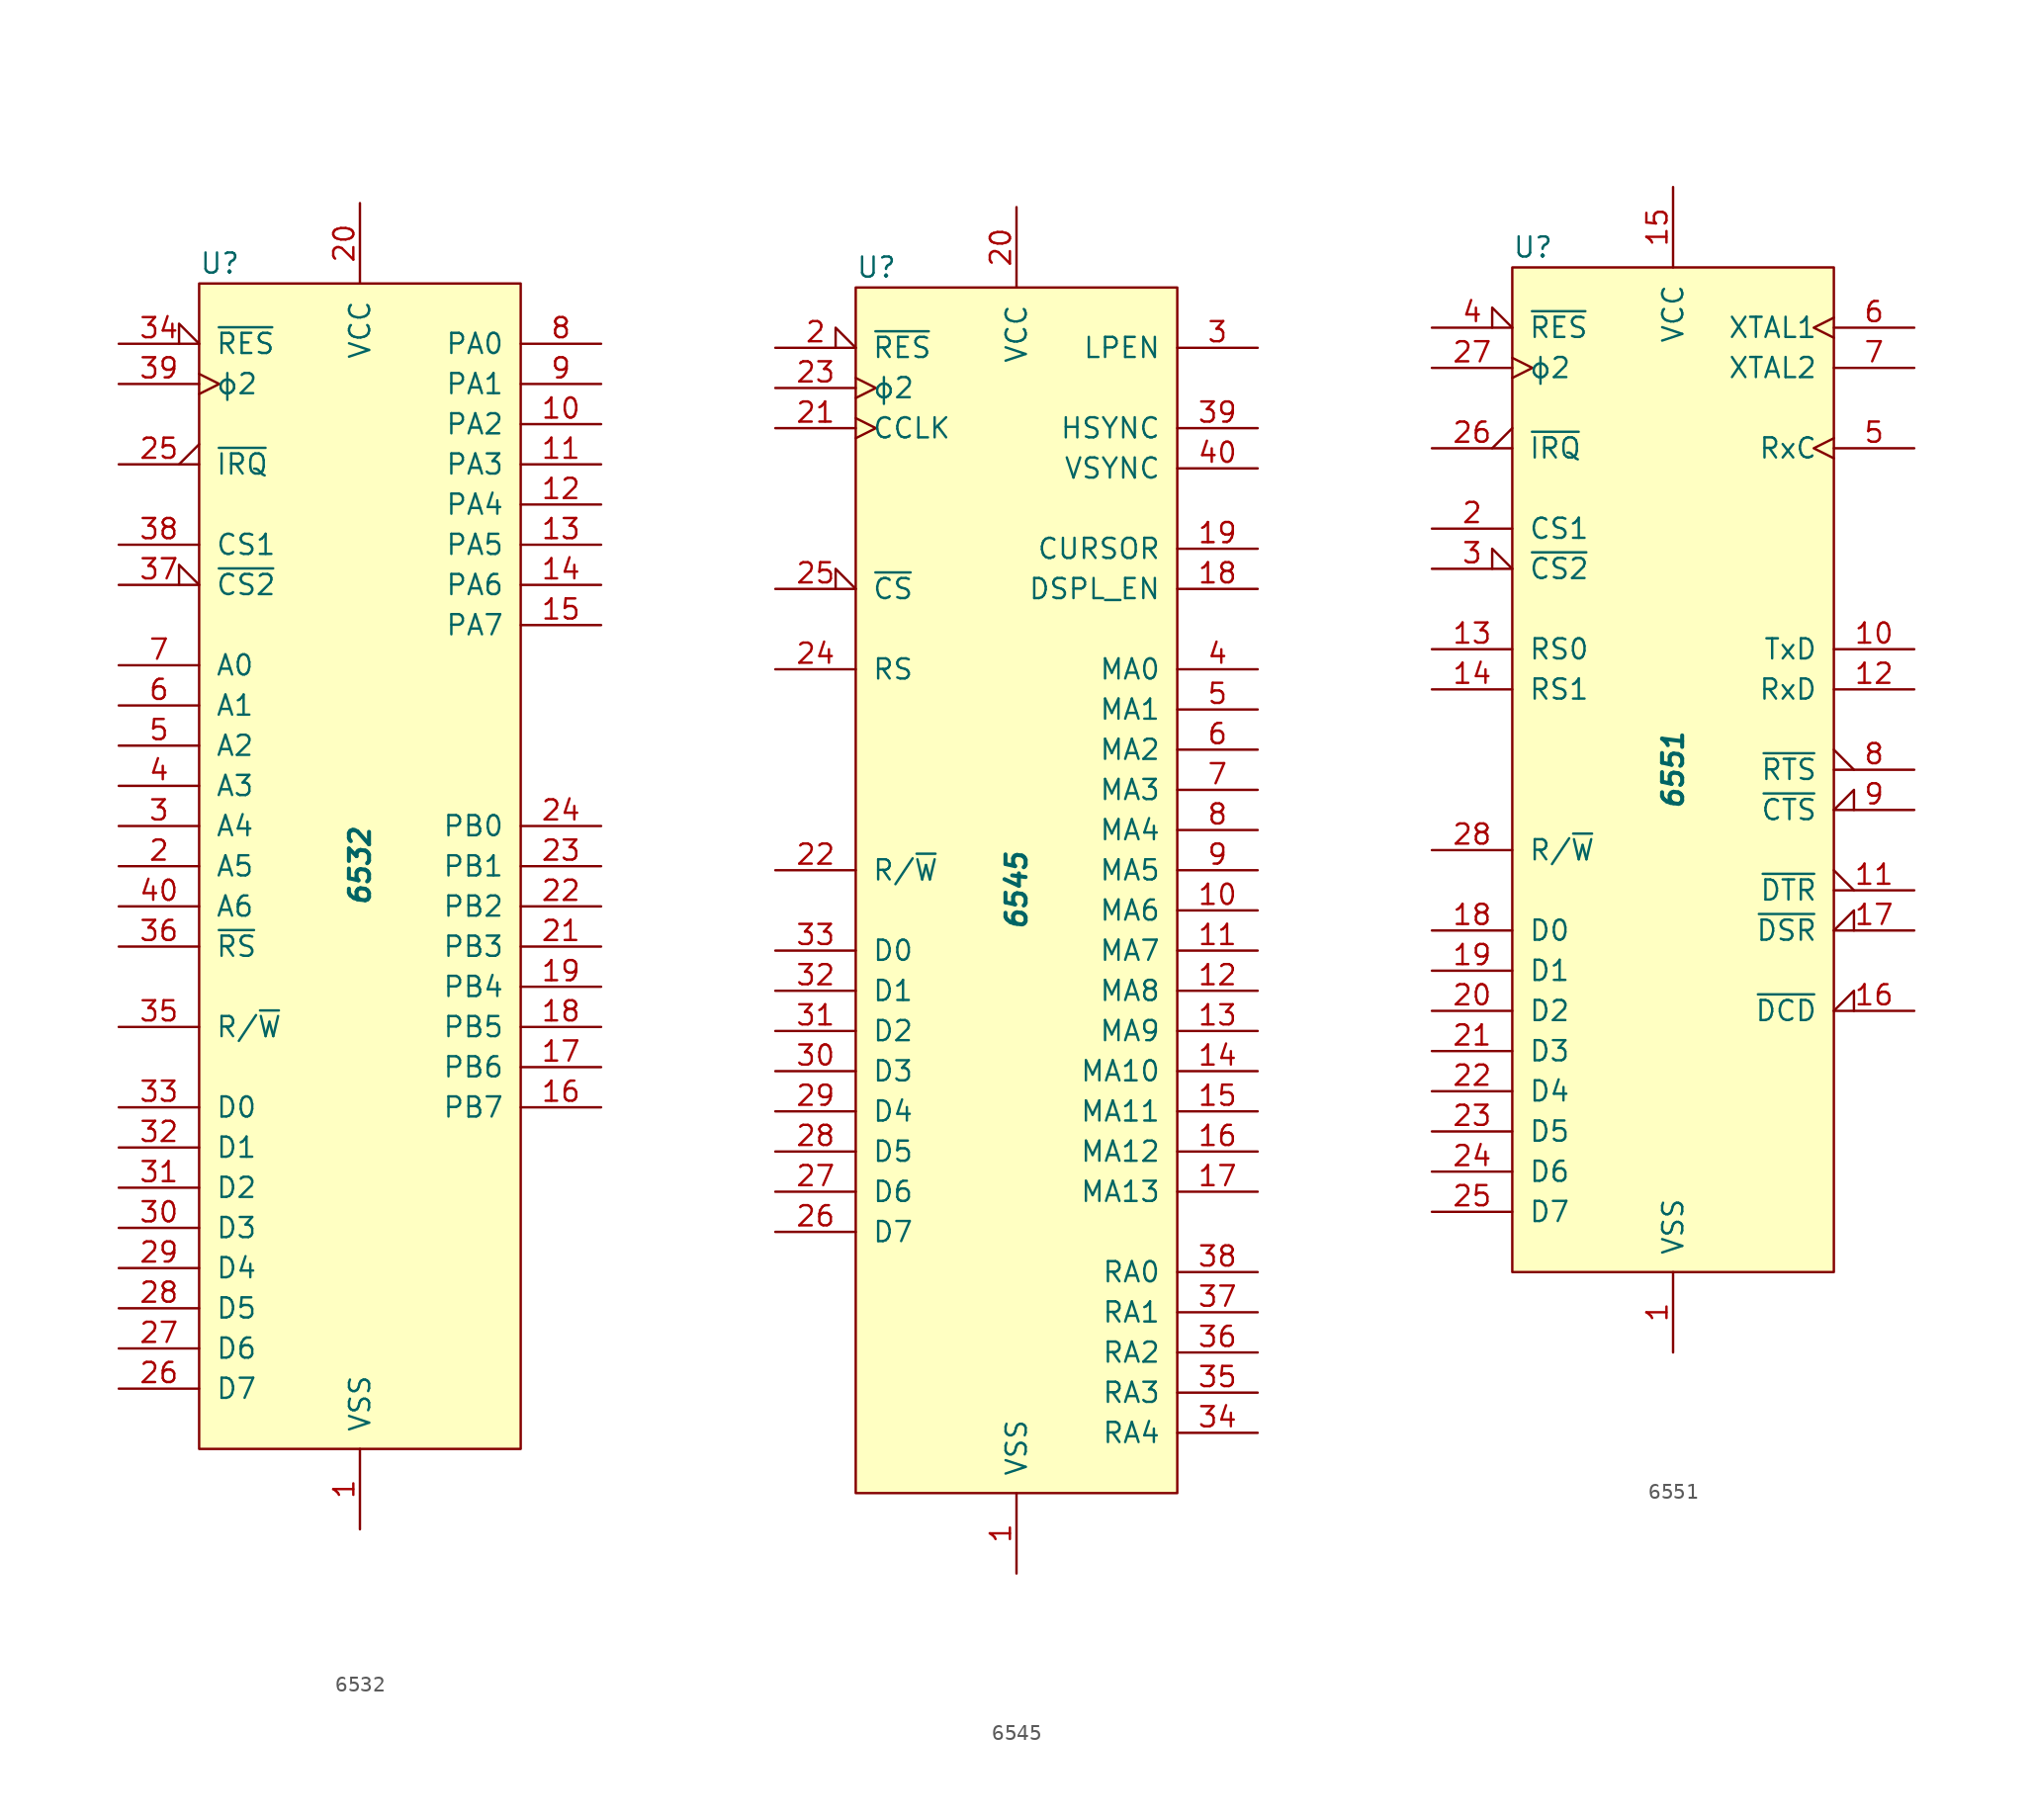
<source format=kicad_sym>
(kicad_symbol_lib
  (version 20241209)
  (generator "kicad_symbol_editor")
  (generator_version "9.0")
  (symbol "6532"
    (pin_names
      (offset 1.016))
    (property "Reference" "U"
      (at -10.16 38.1 0)
      (effects (font (size 1.27 1.27)) (justify left)))
    (property "Value" "6532"
      (at 0 0 90)
      (effects (font (size 1.27 1.27) (bold yes) (italic yes))))
    (symbol "6532_1_1"
      (rectangle (start -10.16 -36.83) (end 10.16 36.83) (stroke (width 0) (type solid)) (fill (type background)))
      (pin input input_low (at -15.24 33.02 0) (length 5.08) (name "~{RES}" (effects (font (size 1.27 1.27)))) (number "34" (effects (font (size 1.27 1.27)))))
      (pin input clock (at -15.24 30.48 0) (length 5.08) (name "ϕ2" (effects (font (size 1.27 1.27)))) (number "39" (effects (font (size 1.27 1.27)))))
      (pin open_collector output_low (at -15.24 25.4 0) (length 5.08) (name "~{IRQ}" (effects (font (size 1.27 1.27)))) (number "25" (effects (font (size 1.27 1.27)))))
      (pin input line (at -15.24 20.32 0) (length 5.08) (name "CS1" (effects (font (size 1.27 1.27)))) (number "38" (effects (font (size 1.27 1.27)))))
      (pin input input_low (at -15.24 17.78 0) (length 5.08) (name "~{CS2}" (effects (font (size 1.27 1.27)))) (number "37" (effects (font (size 1.27 1.27)))))
      (pin input line (at -15.24 12.7 0) (length 5.08) (name "A0" (effects (font (size 1.27 1.27)))) (number "7" (effects (font (size 1.27 1.27)))))
      (pin input line (at -15.24 10.16 0) (length 5.08) (name "A1" (effects (font (size 1.27 1.27)))) (number "6" (effects (font (size 1.27 1.27)))))
      (pin input line (at -15.24 7.62 0) (length 5.08) (name "A2" (effects (font (size 1.27 1.27)))) (number "5" (effects (font (size 1.27 1.27)))))
      (pin input line (at -15.24 5.08 0) (length 5.08) (name "A3" (effects (font (size 1.27 1.27)))) (number "4" (effects (font (size 1.27 1.27)))))
      (pin input line (at -15.24 2.54 0) (length 5.08) (name "A4" (effects (font (size 1.27 1.27)))) (number "3" (effects (font (size 1.27 1.27)))))
      (pin input line (at -15.24 0 0) (length 5.08) (name "A5" (effects (font (size 1.27 1.27)))) (number "2" (effects (font (size 1.27 1.27)))))
      (pin input line (at -15.24 -2.54 0) (length 5.08) (name "A6" (effects (font (size 1.27 1.27)))) (number "40" (effects (font (size 1.27 1.27)))))
      (pin input line (at -15.24 -5.08 0) (length 5.08) (name "~{RS}" (effects (font (size 1.27 1.27)))) (number "36" (effects (font (size 1.27 1.27)))))
      (pin input line (at -15.24 -10.16 0) (length 5.08) (name "R/~{W}" (effects (font (size 1.27 1.27)))) (number "35" (effects (font (size 1.27 1.27)))))
      (pin bidirectional line (at -15.24 -15.24 0) (length 5.08) (name "D0" (effects (font (size 1.27 1.27)))) (number "33" (effects (font (size 1.27 1.27)))))
      (pin bidirectional line (at -15.24 -17.78 0) (length 5.08) (name "D1" (effects (font (size 1.27 1.27)))) (number "32" (effects (font (size 1.27 1.27)))))
      (pin bidirectional line (at -15.24 -20.32 0) (length 5.08) (name "D2" (effects (font (size 1.27 1.27)))) (number "31" (effects (font (size 1.27 1.27)))))
      (pin bidirectional line (at -15.24 -22.86 0) (length 5.08) (name "D3" (effects (font (size 1.27 1.27)))) (number "30" (effects (font (size 1.27 1.27)))))
      (pin bidirectional line (at -15.24 -25.4 0) (length 5.08) (name "D4" (effects (font (size 1.27 1.27)))) (number "29" (effects (font (size 1.27 1.27)))))
      (pin bidirectional line (at -15.24 -27.94 0) (length 5.08) (name "D5" (effects (font (size 1.27 1.27)))) (number "28" (effects (font (size 1.27 1.27)))))
      (pin bidirectional line (at -15.24 -30.48 0) (length 5.08) (name "D6" (effects (font (size 1.27 1.27)))) (number "27" (effects (font (size 1.27 1.27)))))
      (pin bidirectional line (at -15.24 -33.02 0) (length 5.08) (name "D7" (effects (font (size 1.27 1.27)))) (number "26" (effects (font (size 1.27 1.27)))))
      (pin power_in line (at 0 41.91 270) (length 5.08) (name "VCC" (effects (font (size 1.27 1.27)))) (number "20" (effects (font (size 1.27 1.27)))))
      (pin power_in line (at 0 -41.91 90) (length 5.08) (name "VSS" (effects (font (size 1.27 1.27)))) (number "1" (effects (font (size 1.27 1.27)))))
      (pin bidirectional line (at 15.24 33.02 180) (length 5.08) (name "PA0" (effects (font (size 1.27 1.27)))) (number "8" (effects (font (size 1.27 1.27)))))
      (pin bidirectional line (at 15.24 30.48 180) (length 5.08) (name "PA1" (effects (font (size 1.27 1.27)))) (number "9" (effects (font (size 1.27 1.27)))))
      (pin bidirectional line (at 15.24 27.94 180) (length 5.08) (name "PA2" (effects (font (size 1.27 1.27)))) (number "10" (effects (font (size 1.27 1.27)))))
      (pin bidirectional line (at 15.24 25.4 180) (length 5.08) (name "PA3" (effects (font (size 1.27 1.27)))) (number "11" (effects (font (size 1.27 1.27)))))
      (pin bidirectional line (at 15.24 22.86 180) (length 5.08) (name "PA4" (effects (font (size 1.27 1.27)))) (number "12" (effects (font (size 1.27 1.27)))))
      (pin bidirectional line (at 15.24 20.32 180) (length 5.08) (name "PA5" (effects (font (size 1.27 1.27)))) (number "13" (effects (font (size 1.27 1.27)))))
      (pin bidirectional line (at 15.24 17.78 180) (length 5.08) (name "PA6" (effects (font (size 1.27 1.27)))) (number "14" (effects (font (size 1.27 1.27)))))
      (pin bidirectional line (at 15.24 15.24 180) (length 5.08) (name "PA7" (effects (font (size 1.27 1.27)))) (number "15" (effects (font (size 1.27 1.27)))))
      (pin bidirectional line (at 15.24 2.54 180) (length 5.08) (name "PB0" (effects (font (size 1.27 1.27)))) (number "24" (effects (font (size 1.27 1.27)))))
      (pin bidirectional line (at 15.24 0 180) (length 5.08) (name "PB1" (effects (font (size 1.27 1.27)))) (number "23" (effects (font (size 1.27 1.27)))))
      (pin bidirectional line (at 15.24 -2.54 180) (length 5.08) (name "PB2" (effects (font (size 1.27 1.27)))) (number "22" (effects (font (size 1.27 1.27)))))
      (pin bidirectional line (at 15.24 -5.08 180) (length 5.08) (name "PB3" (effects (font (size 1.27 1.27)))) (number "21" (effects (font (size 1.27 1.27)))))
      (pin bidirectional line (at 15.24 -7.62 180) (length 5.08) (name "PB4" (effects (font (size 1.27 1.27)))) (number "19" (effects (font (size 1.27 1.27)))))
      (pin bidirectional line (at 15.24 -10.16 180) (length 5.08) (name "PB5" (effects (font (size 1.27 1.27)))) (number "18" (effects (font (size 1.27 1.27)))))
      (pin bidirectional line (at 15.24 -12.7 180) (length 5.08) (name "PB6" (effects (font (size 1.27 1.27)))) (number "17" (effects (font (size 1.27 1.27)))))
      (pin bidirectional line (at 15.24 -15.24 180) (length 5.08) (name "PB7" (effects (font (size 1.27 1.27)))) (number "16" (effects (font (size 1.27 1.27)))))))
  (symbol "6545"
    (pin_names
      (offset 1.016))
    (property "Reference" "U"
      (at -10.16 39.37 0)
      (effects (font (size 1.27 1.27)) (justify left)))
    (property "Value" "6545"
      (at 0 0 90)
      (effects (font (size 1.27 1.27) (bold yes) (italic yes))))
    (symbol "6545_0_1"
      (rectangle (start -10.16 38.1) (end 10.16 -38.1) (stroke (width 0) (type solid)) (fill (type background))))
    (symbol "6545_1_1"
      (pin input input_low (at -15.24 34.29 0) (length 5.08) (name "~{RES}" (effects (font (size 1.27 1.27)))) (number "2" (effects (font (size 1.27 1.27)))))
      (pin input clock (at -15.24 31.75 0) (length 5.08) (name "ϕ2" (effects (font (size 1.27 1.27)))) (number "23" (effects (font (size 1.27 1.27)))))
      (pin input clock (at -15.24 29.21 0) (length 5.08) (name "CCLK" (effects (font (size 1.27 1.27)))) (number "21" (effects (font (size 1.27 1.27)))))
      (pin input input_low (at -15.24 19.05 0) (length 5.08) (name "~{CS}" (effects (font (size 1.27 1.27)))) (number "25" (effects (font (size 1.27 1.27)))))
      (pin input line (at -15.24 13.97 0) (length 5.08) (name "RS" (effects (font (size 1.27 1.27)))) (number "24" (effects (font (size 1.27 1.27)))))
      (pin input line (at -15.24 1.27 0) (length 5.08) (name "R/~{W}" (effects (font (size 1.27 1.27)))) (number "22" (effects (font (size 1.27 1.27)))))
      (pin bidirectional line (at -15.24 -3.81 0) (length 5.08) (name "D0" (effects (font (size 1.27 1.27)))) (number "33" (effects (font (size 1.27 1.27)))))
      (pin bidirectional line (at -15.24 -6.35 0) (length 5.08) (name "D1" (effects (font (size 1.27 1.27)))) (number "32" (effects (font (size 1.27 1.27)))))
      (pin bidirectional line (at -15.24 -8.89 0) (length 5.08) (name "D2" (effects (font (size 1.27 1.27)))) (number "31" (effects (font (size 1.27 1.27)))))
      (pin bidirectional line (at -15.24 -11.43 0) (length 5.08) (name "D3" (effects (font (size 1.27 1.27)))) (number "30" (effects (font (size 1.27 1.27)))))
      (pin bidirectional line (at -15.24 -13.97 0) (length 5.08) (name "D4" (effects (font (size 1.27 1.27)))) (number "29" (effects (font (size 1.27 1.27)))))
      (pin bidirectional line (at -15.24 -16.51 0) (length 5.08) (name "D5" (effects (font (size 1.27 1.27)))) (number "28" (effects (font (size 1.27 1.27)))))
      (pin bidirectional line (at -15.24 -19.05 0) (length 5.08) (name "D6" (effects (font (size 1.27 1.27)))) (number "27" (effects (font (size 1.27 1.27)))))
      (pin bidirectional line (at -15.24 -21.59 0) (length 5.08) (name "D7" (effects (font (size 1.27 1.27)))) (number "26" (effects (font (size 1.27 1.27)))))
      (pin power_in line (at 0 43.18 270) (length 5.08) (name "VCC" (effects (font (size 1.27 1.27)))) (number "20" (effects (font (size 1.27 1.27)))))
      (pin power_in line (at 0 -43.18 90) (length 5.08) (name "VSS" (effects (font (size 1.27 1.27)))) (number "1" (effects (font (size 1.27 1.27)))))
      (pin input line (at 15.24 34.29 180) (length 5.08) (name "LPEN" (effects (font (size 1.27 1.27)))) (number "3" (effects (font (size 1.27 1.27)))))
      (pin output line (at 15.24 29.21 180) (length 5.08) (name "HSYNC" (effects (font (size 1.27 1.27)))) (number "39" (effects (font (size 1.27 1.27)))))
      (pin output line (at 15.24 26.67 180) (length 5.08) (name "VSYNC" (effects (font (size 1.27 1.27)))) (number "40" (effects (font (size 1.27 1.27)))))
      (pin output line (at 15.24 21.59 180) (length 5.08) (name "CURSOR" (effects (font (size 1.27 1.27)))) (number "19" (effects (font (size 1.27 1.27)))))
      (pin output line (at 15.24 19.05 180) (length 5.08) (name "DSPL_EN" (effects (font (size 1.27 1.27)))) (number "18" (effects (font (size 1.27 1.27)))))
      (pin output line (at 15.24 13.97 180) (length 5.08) (name "MA0" (effects (font (size 1.27 1.27)))) (number "4" (effects (font (size 1.27 1.27)))))
      (pin output line (at 15.24 11.43 180) (length 5.08) (name "MA1" (effects (font (size 1.27 1.27)))) (number "5" (effects (font (size 1.27 1.27)))))
      (pin output line (at 15.24 8.89 180) (length 5.08) (name "MA2" (effects (font (size 1.27 1.27)))) (number "6" (effects (font (size 1.27 1.27)))))
      (pin output line (at 15.24 6.35 180) (length 5.08) (name "MA3" (effects (font (size 1.27 1.27)))) (number "7" (effects (font (size 1.27 1.27)))))
      (pin output line (at 15.24 3.81 180) (length 5.08) (name "MA4" (effects (font (size 1.27 1.27)))) (number "8" (effects (font (size 1.27 1.27)))))
      (pin output line (at 15.24 1.27 180) (length 5.08) (name "MA5" (effects (font (size 1.27 1.27)))) (number "9" (effects (font (size 1.27 1.27)))))
      (pin output line (at 15.24 -1.27 180) (length 5.08) (name "MA6" (effects (font (size 1.27 1.27)))) (number "10" (effects (font (size 1.27 1.27)))))
      (pin output line (at 15.24 -3.81 180) (length 5.08) (name "MA7" (effects (font (size 1.27 1.27)))) (number "11" (effects (font (size 1.27 1.27)))))
      (pin output line (at 15.24 -6.35 180) (length 5.08) (name "MA8" (effects (font (size 1.27 1.27)))) (number "12" (effects (font (size 1.27 1.27)))))
      (pin output line (at 15.24 -8.89 180) (length 5.08) (name "MA9" (effects (font (size 1.27 1.27)))) (number "13" (effects (font (size 1.27 1.27)))))
      (pin output line (at 15.24 -11.43 180) (length 5.08) (name "MA10" (effects (font (size 1.27 1.27)))) (number "14" (effects (font (size 1.27 1.27)))))
      (pin output line (at 15.24 -13.97 180) (length 5.08) (name "MA11" (effects (font (size 1.27 1.27)))) (number "15" (effects (font (size 1.27 1.27)))))
      (pin output line (at 15.24 -16.51 180) (length 5.08) (name "MA12" (effects (font (size 1.27 1.27)))) (number "16" (effects (font (size 1.27 1.27)))))
      (pin output line (at 15.24 -19.05 180) (length 5.08) (name "MA13" (effects (font (size 1.27 1.27)))) (number "17" (effects (font (size 1.27 1.27)))))
      (pin output line (at 15.24 -24.13 180) (length 5.08) (name "RA0" (effects (font (size 1.27 1.27)))) (number "38" (effects (font (size 1.27 1.27)))))
      (pin output line (at 15.24 -26.67 180) (length 5.08) (name "RA1" (effects (font (size 1.27 1.27)))) (number "37" (effects (font (size 1.27 1.27)))))
      (pin output line (at 15.24 -29.21 180) (length 5.08) (name "RA2" (effects (font (size 1.27 1.27)))) (number "36" (effects (font (size 1.27 1.27)))))
      (pin output line (at 15.24 -31.75 180) (length 5.08) (name "RA3" (effects (font (size 1.27 1.27)))) (number "35" (effects (font (size 1.27 1.27)))))
      (pin output line (at 15.24 -34.29 180) (length 5.08) (name "RA4" (effects (font (size 1.27 1.27)))) (number "34" (effects (font (size 1.27 1.27)))))))
  (symbol "6551"
    (pin_names
      (offset 1.016))
    (property "Reference" "U"
      (at -10.16 33.02 0)
      (effects (font (size 1.27 1.27)) (justify left)))
    (property "Value" "6551"
      (at 0 0 90)
      (effects (font (size 1.27 1.27) (bold yes) (italic yes))))
    (symbol "6551_0_1"
      (rectangle (start -10.16 31.75) (end 10.16 -31.75) (stroke (width 0) (type solid)) (fill (type background))))
    (symbol "6551_1_1"
      (pin input input_low (at -15.24 27.94 0) (length 5.08) (name "~{RES}" (effects (font (size 1.27 1.27)))) (number "4" (effects (font (size 1.27 1.27)))))
      (pin input clock (at -15.24 25.4 0) (length 5.08) (name "ϕ2" (effects (font (size 1.27 1.27)))) (number "27" (effects (font (size 1.27 1.27)))))
      (pin open_collector output_low (at -15.24 20.32 0) (length 5.08) (name "~{IRQ}" (effects (font (size 1.27 1.27)))) (number "26" (effects (font (size 1.27 1.27)))))
      (pin input line (at -15.24 15.24 0) (length 5.08) (name "CS1" (effects (font (size 1.27 1.27)))) (number "2" (effects (font (size 1.27 1.27)))))
      (pin input input_low (at -15.24 12.7 0) (length 5.08) (name "~{CS2}" (effects (font (size 1.27 1.27)))) (number "3" (effects (font (size 1.27 1.27)))))
      (pin input line (at -15.24 7.62 0) (length 5.08) (name "RS0" (effects (font (size 1.27 1.27)))) (number "13" (effects (font (size 1.27 1.27)))))
      (pin input line (at -15.24 5.08 0) (length 5.08) (name "RS1" (effects (font (size 1.27 1.27)))) (number "14" (effects (font (size 1.27 1.27)))))
      (pin input line (at -15.24 -5.08 0) (length 5.08) (name "R/~{W}" (effects (font (size 1.27 1.27)))) (number "28" (effects (font (size 1.27 1.27)))))
      (pin bidirectional line (at -15.24 -10.16 0) (length 5.08) (name "D0" (effects (font (size 1.27 1.27)))) (number "18" (effects (font (size 1.27 1.27)))))
      (pin bidirectional line (at -15.24 -12.7 0) (length 5.08) (name "D1" (effects (font (size 1.27 1.27)))) (number "19" (effects (font (size 1.27 1.27)))))
      (pin bidirectional line (at -15.24 -15.24 0) (length 5.08) (name "D2" (effects (font (size 1.27 1.27)))) (number "20" (effects (font (size 1.27 1.27)))))
      (pin bidirectional line (at -15.24 -17.78 0) (length 5.08) (name "D3" (effects (font (size 1.27 1.27)))) (number "21" (effects (font (size 1.27 1.27)))))
      (pin bidirectional line (at -15.24 -20.32 0) (length 5.08) (name "D4" (effects (font (size 1.27 1.27)))) (number "22" (effects (font (size 1.27 1.27)))))
      (pin bidirectional line (at -15.24 -22.86 0) (length 5.08) (name "D5" (effects (font (size 1.27 1.27)))) (number "23" (effects (font (size 1.27 1.27)))))
      (pin bidirectional line (at -15.24 -25.4 0) (length 5.08) (name "D6" (effects (font (size 1.27 1.27)))) (number "24" (effects (font (size 1.27 1.27)))))
      (pin bidirectional line (at -15.24 -27.94 0) (length 5.08) (name "D7" (effects (font (size 1.27 1.27)))) (number "25" (effects (font (size 1.27 1.27)))))
      (pin power_in line (at 0 36.83 270) (length 5.08) (name "VCC" (effects (font (size 1.27 1.27)))) (number "15" (effects (font (size 1.27 1.27)))))
      (pin power_in line (at 0 -36.83 90) (length 5.08) (name "VSS" (effects (font (size 1.27 1.27)))) (number "1" (effects (font (size 1.27 1.27)))))
      (pin input clock (at 15.24 27.94 180) (length 5.08) (name "XTAL1" (effects (font (size 1.27 1.27)))) (number "6" (effects (font (size 1.27 1.27)))))
      (pin output line (at 15.24 25.4 180) (length 5.08) (name "XTAL2" (effects (font (size 1.27 1.27)))) (number "7" (effects (font (size 1.27 1.27)))))
      (pin bidirectional clock (at 15.24 20.32 180) (length 5.08) (name "RxC" (effects (font (size 1.27 1.27)))) (number "5" (effects (font (size 1.27 1.27)))))
      (pin output line (at 15.24 7.62 180) (length 5.08) (name "TxD" (effects (font (size 1.27 1.27)))) (number "10" (effects (font (size 1.27 1.27)))))
      (pin input line (at 15.24 5.08 180) (length 5.08) (name "RxD" (effects (font (size 1.27 1.27)))) (number "12" (effects (font (size 1.27 1.27)))))
      (pin output output_low (at 15.24 0 180) (length 5.08) (name "~{RTS}" (effects (font (size 1.27 1.27)))) (number "8" (effects (font (size 1.27 1.27)))))
      (pin input input_low (at 15.24 -2.54 180) (length 5.08) (name "~{CTS}" (effects (font (size 1.27 1.27)))) (number "9" (effects (font (size 1.27 1.27)))))
      (pin output output_low (at 15.24 -7.62 180) (length 5.08) (name "~{DTR}" (effects (font (size 1.27 1.27)))) (number "11" (effects (font (size 1.27 1.27)))))
      (pin input input_low (at 15.24 -10.16 180) (length 5.08) (name "~{DSR}" (effects (font (size 1.27 1.27)))) (number "17" (effects (font (size 1.27 1.27)))))
      (pin input input_low (at 15.24 -15.24 180) (length 5.08) (name "~{DCD}" (effects (font (size 1.27 1.27)))) (number "16" (effects (font (size 1.27 1.27))))))))
</source>
